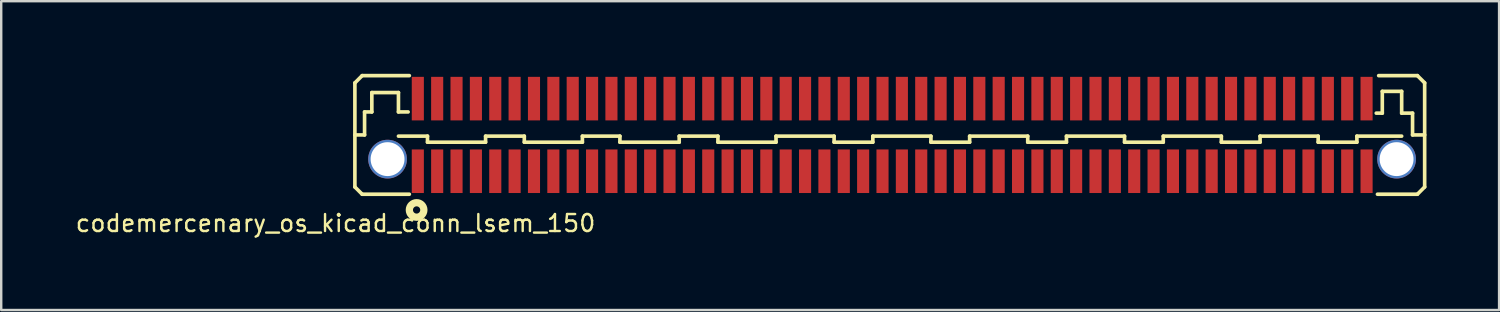
<source format=kicad_pcb>
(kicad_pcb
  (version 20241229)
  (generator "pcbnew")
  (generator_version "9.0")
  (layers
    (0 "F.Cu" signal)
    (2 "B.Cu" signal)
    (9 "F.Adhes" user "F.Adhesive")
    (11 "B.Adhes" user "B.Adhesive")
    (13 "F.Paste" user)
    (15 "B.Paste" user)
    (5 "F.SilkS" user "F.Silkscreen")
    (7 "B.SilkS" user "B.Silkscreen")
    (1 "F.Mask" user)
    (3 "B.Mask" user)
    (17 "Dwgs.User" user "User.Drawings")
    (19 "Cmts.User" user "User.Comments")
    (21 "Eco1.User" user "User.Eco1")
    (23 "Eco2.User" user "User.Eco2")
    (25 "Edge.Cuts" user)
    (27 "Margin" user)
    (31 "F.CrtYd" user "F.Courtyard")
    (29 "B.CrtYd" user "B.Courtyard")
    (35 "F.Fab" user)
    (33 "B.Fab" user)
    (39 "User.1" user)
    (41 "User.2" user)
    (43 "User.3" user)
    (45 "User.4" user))
  (footprint "codemercenary_os_kicad_conn_lsem_150"
    (layer "F.Cu")
    (at 12.963 3.525)
    (property "Reference" "codemercenary_os_kicad_conn_lsem_150" (at -2.15 2.65 0) (layer "F.SilkS") (effects (font (size 0.7 0.7) (thickness 0.1))))
    (attr through_hole)
    (fp_line (start -1.35 -3.15) (end -1.35 1.15) (stroke (width 0.15) (type solid)) (layer "F.SilkS"))
    (fp_line (start -1.35 -1) (end -0.95 -1) (stroke (width 0.15) (type solid)) (layer "F.SilkS"))
    (fp_line (start -1.35 1.15) (end -1.05 1.45) (stroke (width 0.15) (type solid)) (layer "F.SilkS"))
    (fp_line (start -1.05 -3.45) (end -1.35 -3.15) (stroke (width 0.15) (type solid)) (layer "F.SilkS"))
    (fp_line (start -1.05 1.45) (end 0.9 1.45) (stroke (width 0.15) (type solid)) (layer "F.SilkS"))
    (fp_line (start -0.95 -1.95) (end -0.65 -1.95) (stroke (width 0.15) (type solid)) (layer "F.SilkS"))
    (fp_line (start -0.95 -1) (end -0.95 -1.95) (stroke (width 0.15) (type solid)) (layer "F.SilkS"))
    (fp_line (start -0.65 -2.75) (end 0.45 -2.75) (stroke (width 0.15) (type solid)) (layer "F.SilkS"))
    (fp_line (start -0.65 -1.95) (end -0.65 -2.75) (stroke (width 0.15) (type solid)) (layer "F.SilkS"))
    (fp_line (start 0.45 -2.75) (end 0.45 -1.95) (stroke (width 0.15) (type solid)) (layer "F.SilkS"))
    (fp_line (start 0.45 -1.95) (end 0.85 -1.95) (stroke (width 0.15) (type solid)) (layer "F.SilkS"))
    (fp_line (start 0.45 -0.95) (end 1.65 -0.95) (stroke (width 0.15) (type solid)) (layer "F.SilkS"))
    (fp_line (start 0.9 -3.45) (end -1.05 -3.45) (stroke (width 0.15) (type solid)) (layer "F.SilkS"))
    (fp_line (start 1.65 -0.95) (end 1.65 -0.7) (stroke (width 0.15) (type solid)) (layer "F.SilkS"))
    (fp_line (start 1.65 -0.7) (end 4.05 -0.7) (stroke (width 0.15) (type solid)) (layer "F.SilkS"))
    (fp_line (start 4.05 -0.95) (end 5.65 -0.95) (stroke (width 0.15) (type solid)) (layer "F.SilkS"))
    (fp_line (start 4.05 -0.7) (end 4.05 -0.95) (stroke (width 0.15) (type solid)) (layer "F.SilkS"))
    (fp_line (start 5.65 -0.95) (end 5.65 -0.7) (stroke (width 0.15) (type solid)) (layer "F.SilkS"))
    (fp_line (start 5.65 -0.7) (end 8.05 -0.7) (stroke (width 0.15) (type solid)) (layer "F.SilkS"))
    (fp_line (start 8.05 -0.95) (end 9.6 -0.95) (stroke (width 0.15) (type solid)) (layer "F.SilkS"))
    (fp_line (start 8.05 -0.7) (end 8.05 -0.95) (stroke (width 0.15) (type solid)) (layer "F.SilkS"))
    (fp_line (start 9.6 -0.95) (end 9.6 -0.7) (stroke (width 0.15) (type solid)) (layer "F.SilkS"))
    (fp_line (start 9.6 -0.7) (end 12.05 -0.7) (stroke (width 0.15) (type solid)) (layer "F.SilkS"))
    (fp_line (start 12.05 -0.95) (end 13.65 -0.95) (stroke (width 0.15) (type solid)) (layer "F.SilkS"))
    (fp_line (start 12.05 -0.7) (end 12.05 -0.95) (stroke (width 0.15) (type solid)) (layer "F.SilkS"))
    (fp_line (start 13.65 -0.95) (end 13.65 -0.7) (stroke (width 0.15) (type solid)) (layer "F.SilkS"))
    (fp_line (start 13.65 -0.7) (end 16.05 -0.7) (stroke (width 0.15) (type solid)) (layer "F.SilkS"))
    (fp_line (start 16.05 -0.95) (end 18.45 -0.95) (stroke (width 0.15) (type solid)) (layer "F.SilkS"))
    (fp_line (start 16.05 -0.7) (end 16.05 -0.95) (stroke (width 0.15) (type solid)) (layer "F.SilkS"))
    (fp_line (start 18.45 -0.95) (end 18.45 -0.7) (stroke (width 0.15) (type solid)) (layer "F.SilkS"))
    (fp_line (start 18.45 -0.7) (end 20.05 -0.7) (stroke (width 0.15) (type solid)) (layer "F.SilkS"))
    (fp_line (start 20.05 -0.95) (end 22.45 -0.95) (stroke (width 0.15) (type solid)) (layer "F.SilkS"))
    (fp_line (start 20.05 -0.7) (end 20.05 -0.95) (stroke (width 0.15) (type solid)) (layer "F.SilkS"))
    (fp_line (start 22.45 -0.95) (end 22.45 -0.7) (stroke (width 0.15) (type solid)) (layer "F.SilkS"))
    (fp_line (start 22.45 -0.7) (end 24.05 -0.7) (stroke (width 0.15) (type solid)) (layer "F.SilkS"))
    (fp_line (start 24.05 -0.95) (end 26.45 -0.95) (stroke (width 0.15) (type solid)) (layer "F.SilkS"))
    (fp_line (start 24.05 -0.7) (end 24.05 -0.95) (stroke (width 0.15) (type solid)) (layer "F.SilkS"))
    (fp_line (start 26.45 -0.95) (end 26.45 -0.7) (stroke (width 0.15) (type solid)) (layer "F.SilkS"))
    (fp_line (start 26.45 -0.7) (end 28.05 -0.7) (stroke (width 0.15) (type solid)) (layer "F.SilkS"))
    (fp_line (start 28.05 -0.95) (end 30.45 -0.95) (stroke (width 0.15) (type solid)) (layer "F.SilkS"))
    (fp_line (start 28.05 -0.7) (end 28.05 -0.95) (stroke (width 0.15) (type solid)) (layer "F.SilkS"))
    (fp_line (start 30.45 -0.95) (end 30.45 -0.7) (stroke (width 0.15) (type solid)) (layer "F.SilkS"))
    (fp_line (start 30.45 -0.7) (end 32.05 -0.7) (stroke (width 0.15) (type solid)) (layer "F.SilkS"))
    (fp_line (start 32.05 -0.95) (end 34.45 -0.95) (stroke (width 0.15) (type solid)) (layer "F.SilkS"))
    (fp_line (start 32.05 -0.7) (end 32.05 -0.95) (stroke (width 0.15) (type solid)) (layer "F.SilkS"))
    (fp_line (start 34.45 -0.95) (end 34.45 -0.7) (stroke (width 0.15) (type solid)) (layer "F.SilkS"))
    (fp_line (start 34.45 -0.7) (end 36.05 -0.7) (stroke (width 0.15) (type solid)) (layer "F.SilkS"))
    (fp_line (start 36.05 -0.95) (end 38.45 -0.95) (stroke (width 0.15) (type solid)) (layer "F.SilkS"))
    (fp_line (start 36.05 -0.7) (end 36.05 -0.95) (stroke (width 0.15) (type solid)) (layer "F.SilkS"))
    (fp_line (start 38.45 -0.95) (end 38.45 -0.7) (stroke (width 0.15) (type solid)) (layer "F.SilkS"))
    (fp_line (start 38.45 -0.7) (end 40.05 -0.7) (stroke (width 0.15) (type solid)) (layer "F.SilkS"))
    (fp_line (start 40.05 -0.95) (end 41.9 -0.95) (stroke (width 0.15) (type solid)) (layer "F.SilkS"))
    (fp_line (start 40.05 -0.7) (end 40.05 -0.95) (stroke (width 0.15) (type solid)) (layer "F.SilkS"))
    (fp_line (start 40.95 -3.45) (end 42.55 -3.45) (stroke (width 0.15) (type solid)) (layer "F.SilkS"))
    (fp_line (start 41.1 -2.8) (end 41.1 -1.9) (stroke (width 0.15) (type solid)) (layer "F.SilkS"))
    (fp_line (start 41.1 -1.9) (end 40.85 -1.9) (stroke (width 0.15) (type solid)) (layer "F.SilkS"))
    (fp_line (start 41.9 -2.8) (end 41.1 -2.8) (stroke (width 0.15) (type solid)) (layer "F.SilkS"))
    (fp_line (start 41.9 -1.9) (end 41.9 -2.8) (stroke (width 0.15) (type solid)) (layer "F.SilkS"))
    (fp_line (start 42.35 -1.9) (end 41.9 -1.9) (stroke (width 0.15) (type solid)) (layer "F.SilkS"))
    (fp_line (start 42.35 -1.9) (end 42.35 -1) (stroke (width 0.15) (type solid)) (layer "F.SilkS"))
    (fp_line (start 42.35 -1) (end 42.85 -1) (stroke (width 0.15) (type solid)) (layer "F.SilkS"))
    (fp_line (start 42.55 -3.45) (end 42.85 -3.15) (stroke (width 0.15) (type solid)) (layer "F.SilkS"))
    (fp_line (start 42.55 1.45) (end 40.9 1.45) (stroke (width 0.15) (type solid)) (layer "F.SilkS"))
    (fp_line (start 42.85 -3.15) (end 42.85 1.15) (stroke (width 0.15) (type solid)) (layer "F.SilkS"))
    (fp_line (start 42.85 1.15) (end 42.55 1.45) (stroke (width 0.15) (type solid)) (layer "F.SilkS"))
    (fp_circle (center 1.2 2.1) (end 1.5 2.1) (stroke (width 0.3) (type solid)) (fill no) (layer "F.SilkS"))
    (pad "1" thru_hole circle (at 0 0) (size 1.6 1.6) (drill 1.4) (layers "*.Cu" "*.Mask"))
    (pad "1" smd rect (at 1.25 0.5) (size 0.5 1.8) (layers "F.Cu" "F.Mask" "F.Paste"))
    (pad "2" smd rect (at 1.25 -2.5) (size 0.5 1.8) (layers "F.Cu" "F.Mask" "F.Paste"))
    (pad "3" smd rect (at 2.05 0.5) (size 0.5 1.8) (layers "F.Cu" "F.Mask" "F.Paste"))
    (pad "4" smd rect (at 2.05 -2.5) (size 0.5 1.8) (layers "F.Cu" "F.Mask" "F.Paste"))
    (pad "5" smd rect (at 2.85 0.5) (size 0.5 1.8) (layers "F.Cu" "F.Mask" "F.Paste"))
    (pad "6" smd rect (at 2.85 -2.5) (size 0.5 1.8) (layers "F.Cu" "F.Mask" "F.Paste"))
    (pad "7" smd rect (at 3.65 0.5) (size 0.5 1.8) (layers "F.Cu" "F.Mask" "F.Paste"))
    (pad "8" smd rect (at 3.65 -2.5) (size 0.5 1.8) (layers "F.Cu" "F.Mask" "F.Paste"))
    (pad "9" smd rect (at 4.45 0.5) (size 0.5 1.8) (layers "F.Cu" "F.Mask" "F.Paste"))
    (pad "10" smd rect (at 4.45 -2.5) (size 0.5 1.8) (layers "F.Cu" "F.Mask" "F.Paste"))
    (pad "11" smd rect (at 5.25 0.5) (size 0.5 1.8) (layers "F.Cu" "F.Mask" "F.Paste"))
    (pad "12" smd rect (at 5.25 -2.5) (size 0.5 1.8) (layers "F.Cu" "F.Mask" "F.Paste"))
    (pad "13" smd rect (at 6.05 0.5) (size 0.5 1.8) (layers "F.Cu" "F.Mask" "F.Paste"))
    (pad "14" smd rect (at 6.05 -2.5) (size 0.5 1.8) (layers "F.Cu" "F.Mask" "F.Paste"))
    (pad "15" smd rect (at 6.85 0.5) (size 0.5 1.8) (layers "F.Cu" "F.Mask" "F.Paste"))
    (pad "16" smd rect (at 6.85 -2.5) (size 0.5 1.8) (layers "F.Cu" "F.Mask" "F.Paste"))
    (pad "17" smd rect (at 7.65 0.5) (size 0.5 1.8) (layers "F.Cu" "F.Mask" "F.Paste"))
    (pad "18" smd rect (at 7.65 -2.5) (size 0.5 1.8) (layers "F.Cu" "F.Mask" "F.Paste"))
    (pad "19" smd rect (at 8.45 0.5) (size 0.5 1.8) (layers "F.Cu" "F.Mask" "F.Paste"))
    (pad "20" smd rect (at 8.45 -2.5) (size 0.5 1.8) (layers "F.Cu" "F.Mask" "F.Paste"))
    (pad "21" smd rect (at 9.25 0.5) (size 0.5 1.8) (layers "F.Cu" "F.Mask" "F.Paste"))
    (pad "22" smd rect (at 9.25 -2.5) (size 0.5 1.8) (layers "F.Cu" "F.Mask" "F.Paste"))
    (pad "23" smd rect (at 10.05 0.5) (size 0.5 1.8) (layers "F.Cu" "F.Mask" "F.Paste"))
    (pad "24" smd rect (at 10.05 -2.5) (size 0.5 1.8) (layers "F.Cu" "F.Mask" "F.Paste"))
    (pad "25" smd rect (at 10.85 0.5) (size 0.5 1.8) (layers "F.Cu" "F.Mask" "F.Paste"))
    (pad "26" smd rect (at 10.85 -2.5) (size 0.5 1.8) (layers "F.Cu" "F.Mask" "F.Paste"))
    (pad "27" smd rect (at 11.65 0.5) (size 0.5 1.8) (layers "F.Cu" "F.Mask" "F.Paste"))
    (pad "28" smd rect (at 11.65 -2.5) (size 0.5 1.8) (layers "F.Cu" "F.Mask" "F.Paste"))
    (pad "29" smd rect (at 12.45 0.5) (size 0.5 1.8) (layers "F.Cu" "F.Mask" "F.Paste"))
    (pad "30" smd rect (at 12.45 -2.5) (size 0.5 1.8) (layers "F.Cu" "F.Mask" "F.Paste"))
    (pad "31" smd rect (at 13.25 0.5) (size 0.5 1.8) (layers "F.Cu" "F.Mask" "F.Paste"))
    (pad "32" smd rect (at 13.25 -2.5) (size 0.5 1.8) (layers "F.Cu" "F.Mask" "F.Paste"))
    (pad "33" smd rect (at 14.05 0.5) (size 0.5 1.8) (layers "F.Cu" "F.Mask" "F.Paste"))
    (pad "34" smd rect (at 14.05 -2.5) (size 0.5 1.8) (layers "F.Cu" "F.Mask" "F.Paste"))
    (pad "35" smd rect (at 14.85 0.5) (size 0.5 1.8) (layers "F.Cu" "F.Mask" "F.Paste"))
    (pad "36" smd rect (at 14.85 -2.5) (size 0.5 1.8) (layers "F.Cu" "F.Mask" "F.Paste"))
    (pad "37" smd rect (at 15.65 0.5) (size 0.5 1.8) (layers "F.Cu" "F.Mask" "F.Paste"))
    (pad "38" smd rect (at 15.65 -2.5) (size 0.5 1.8) (layers "F.Cu" "F.Mask" "F.Paste"))
    (pad "39" smd rect (at 16.45 0.5) (size 0.5 1.8) (layers "F.Cu" "F.Mask" "F.Paste"))
    (pad "40" smd rect (at 16.45 -2.5) (size 0.5 1.8) (layers "F.Cu" "F.Mask" "F.Paste"))
    (pad "41" smd rect (at 17.25 0.5) (size 0.5 1.8) (layers "F.Cu" "F.Mask" "F.Paste"))
    (pad "42" smd rect (at 17.25 -2.5) (size 0.5 1.8) (layers "F.Cu" "F.Mask" "F.Paste"))
    (pad "43" smd rect (at 18.05 0.5) (size 0.5 1.8) (layers "F.Cu" "F.Mask" "F.Paste"))
    (pad "44" smd rect (at 18.05 -2.5) (size 0.5 1.8) (layers "F.Cu" "F.Mask" "F.Paste"))
    (pad "45" smd rect (at 18.85 0.5) (size 0.5 1.8) (layers "F.Cu" "F.Mask" "F.Paste"))
    (pad "46" smd rect (at 18.85 -2.5) (size 0.5 1.8) (layers "F.Cu" "F.Mask" "F.Paste"))
    (pad "47" smd rect (at 19.65 0.5) (size 0.5 1.8) (layers "F.Cu" "F.Mask" "F.Paste"))
    (pad "48" smd rect (at 19.65 -2.5) (size 0.5 1.8) (layers "F.Cu" "F.Mask" "F.Paste"))
    (pad "49" smd rect (at 20.45 0.5) (size 0.5 1.8) (layers "F.Cu" "F.Mask" "F.Paste"))
    (pad "50" smd rect (at 20.45 -2.5) (size 0.5 1.8) (layers "F.Cu" "F.Mask" "F.Paste"))
    (pad "51" smd rect (at 21.25 0.5) (size 0.5 1.8) (layers "F.Cu" "F.Mask" "F.Paste"))
    (pad "52" smd rect (at 21.25 -2.5) (size 0.5 1.8) (layers "F.Cu" "F.Mask" "F.Paste"))
    (pad "53" smd rect (at 22.05 0.5) (size 0.5 1.8) (layers "F.Cu" "F.Mask" "F.Paste"))
    (pad "54" smd rect (at 22.05 -2.5) (size 0.5 1.8) (layers "F.Cu" "F.Mask" "F.Paste"))
    (pad "55" smd rect (at 22.85 0.5) (size 0.5 1.8) (layers "F.Cu" "F.Mask" "F.Paste"))
    (pad "56" smd rect (at 22.85 -2.5) (size 0.5 1.8) (layers "F.Cu" "F.Mask" "F.Paste"))
    (pad "57" smd rect (at 23.65 0.5) (size 0.5 1.8) (layers "F.Cu" "F.Mask" "F.Paste"))
    (pad "58" smd rect (at 23.65 -2.5) (size 0.5 1.8) (layers "F.Cu" "F.Mask" "F.Paste"))
    (pad "59" smd rect (at 24.45 0.5) (size 0.5 1.8) (layers "F.Cu" "F.Mask" "F.Paste"))
    (pad "60" smd rect (at 24.45 -2.5) (size 0.5 1.8) (layers "F.Cu" "F.Mask" "F.Paste"))
    (pad "61" smd rect (at 25.25 0.5) (size 0.5 1.8) (layers "F.Cu" "F.Mask" "F.Paste"))
    (pad "62" smd rect (at 25.25 -2.5) (size 0.5 1.8) (layers "F.Cu" "F.Mask" "F.Paste"))
    (pad "63" smd rect (at 26.05 0.5) (size 0.5 1.8) (layers "F.Cu" "F.Mask" "F.Paste"))
    (pad "64" smd rect (at 26.05 -2.5) (size 0.5 1.8) (layers "F.Cu" "F.Mask" "F.Paste"))
    (pad "65" smd rect (at 26.85 0.5) (size 0.5 1.8) (layers "F.Cu" "F.Mask" "F.Paste"))
    (pad "66" smd rect (at 26.85 -2.5) (size 0.5 1.8) (layers "F.Cu" "F.Mask" "F.Paste"))
    (pad "67" smd rect (at 27.65 0.5) (size 0.5 1.8) (layers "F.Cu" "F.Mask" "F.Paste"))
    (pad "68" smd rect (at 27.65 -2.5) (size 0.5 1.8) (layers "F.Cu" "F.Mask" "F.Paste"))
    (pad "69" smd rect (at 28.45 0.5) (size 0.5 1.8) (layers "F.Cu" "F.Mask" "F.Paste"))
    (pad "70" smd rect (at 28.45 -2.5) (size 0.5 1.8) (layers "F.Cu" "F.Mask" "F.Paste"))
    (pad "71" smd rect (at 29.25 0.5) (size 0.5 1.8) (layers "F.Cu" "F.Mask" "F.Paste"))
    (pad "72" smd rect (at 29.25 -2.5) (size 0.5 1.8) (layers "F.Cu" "F.Mask" "F.Paste"))
    (pad "73" smd rect (at 30.05 0.5) (size 0.5 1.8) (layers "F.Cu" "F.Mask" "F.Paste"))
    (pad "74" smd rect (at 30.05 -2.5) (size 0.5 1.8) (layers "F.Cu" "F.Mask" "F.Paste"))
    (pad "75" smd rect (at 30.85 0.5) (size 0.5 1.8) (layers "F.Cu" "F.Mask" "F.Paste"))
    (pad "76" smd rect (at 30.85 -2.5) (size 0.5 1.8) (layers "F.Cu" "F.Mask" "F.Paste"))
    (pad "77" smd rect (at 31.65 0.5) (size 0.5 1.8) (layers "F.Cu" "F.Mask" "F.Paste"))
    (pad "78" smd rect (at 31.65 -2.5) (size 0.5 1.8) (layers "F.Cu" "F.Mask" "F.Paste"))
    (pad "79" smd rect (at 32.45 0.5) (size 0.5 1.8) (layers "F.Cu" "F.Mask" "F.Paste"))
    (pad "80" smd rect (at 32.45 -2.5) (size 0.5 1.8) (layers "F.Cu" "F.Mask" "F.Paste"))
    (pad "81" smd rect (at 33.25 0.5) (size 0.5 1.8) (layers "F.Cu" "F.Mask" "F.Paste"))
    (pad "82" smd rect (at 33.25 -2.5) (size 0.5 1.8) (layers "F.Cu" "F.Mask" "F.Paste"))
    (pad "83" smd rect (at 34.05 0.5) (size 0.5 1.8) (layers "F.Cu" "F.Mask" "F.Paste"))
    (pad "84" smd rect (at 34.05 -2.5) (size 0.5 1.8) (layers "F.Cu" "F.Mask" "F.Paste"))
    (pad "85" smd rect (at 34.85 0.5) (size 0.5 1.8) (layers "F.Cu" "F.Mask" "F.Paste"))
    (pad "86" smd rect (at 34.85 -2.5) (size 0.5 1.8) (layers "F.Cu" "F.Mask" "F.Paste"))
    (pad "87" smd rect (at 35.65 0.5) (size 0.5 1.8) (layers "F.Cu" "F.Mask" "F.Paste"))
    (pad "88" smd rect (at 35.65 -2.5) (size 0.5 1.8) (layers "F.Cu" "F.Mask" "F.Paste"))
    (pad "89" smd rect (at 36.45 0.5) (size 0.5 1.8) (layers "F.Cu" "F.Mask" "F.Paste"))
    (pad "90" smd rect (at 36.45 -2.5) (size 0.5 1.8) (layers "F.Cu" "F.Mask" "F.Paste"))
    (pad "91" smd rect (at 37.25 0.5) (size 0.5 1.8) (layers "F.Cu" "F.Mask" "F.Paste"))
    (pad "92" smd rect (at 37.25 -2.5) (size 0.5 1.8) (layers "F.Cu" "F.Mask" "F.Paste"))
    (pad "93" smd rect (at 38.05 0.5) (size 0.5 1.8) (layers "F.Cu" "F.Mask" "F.Paste"))
    (pad "94" smd rect (at 38.05 -2.5) (size 0.5 1.8) (layers "F.Cu" "F.Mask" "F.Paste"))
    (pad "95" smd rect (at 38.85 0.5) (size 0.5 1.8) (layers "F.Cu" "F.Mask" "F.Paste"))
    (pad "96" smd rect (at 38.85 -2.5) (size 0.5 1.8) (layers "F.Cu" "F.Mask" "F.Paste"))
    (pad "97" smd rect (at 39.65 0.5) (size 0.5 1.8) (layers "F.Cu" "F.Mask" "F.Paste"))
    (pad "98" smd rect (at 39.65 -2.5) (size 0.5 1.8) (layers "F.Cu" "F.Mask" "F.Paste"))
    (pad "99" smd rect (at 40.45 0.5) (size 0.5 1.8) (layers "F.Cu" "F.Mask" "F.Paste"))
    (pad "100" smd rect (at 40.45 -2.5) (size 0.5 1.8) (layers "F.Cu" "F.Mask" "F.Paste"))
    (pad "102" thru_hole circle (at 41.69 0) (size 1.6 1.6) (drill 1.4) (layers "*.Cu" "*.Mask")))
  (gr_rect
    (start -3 -3)
    (end 58.888 9.76)
    (stroke (width 0.1) (type default))
    (fill no)
    (layer "Edge.Cuts")))
</source>
